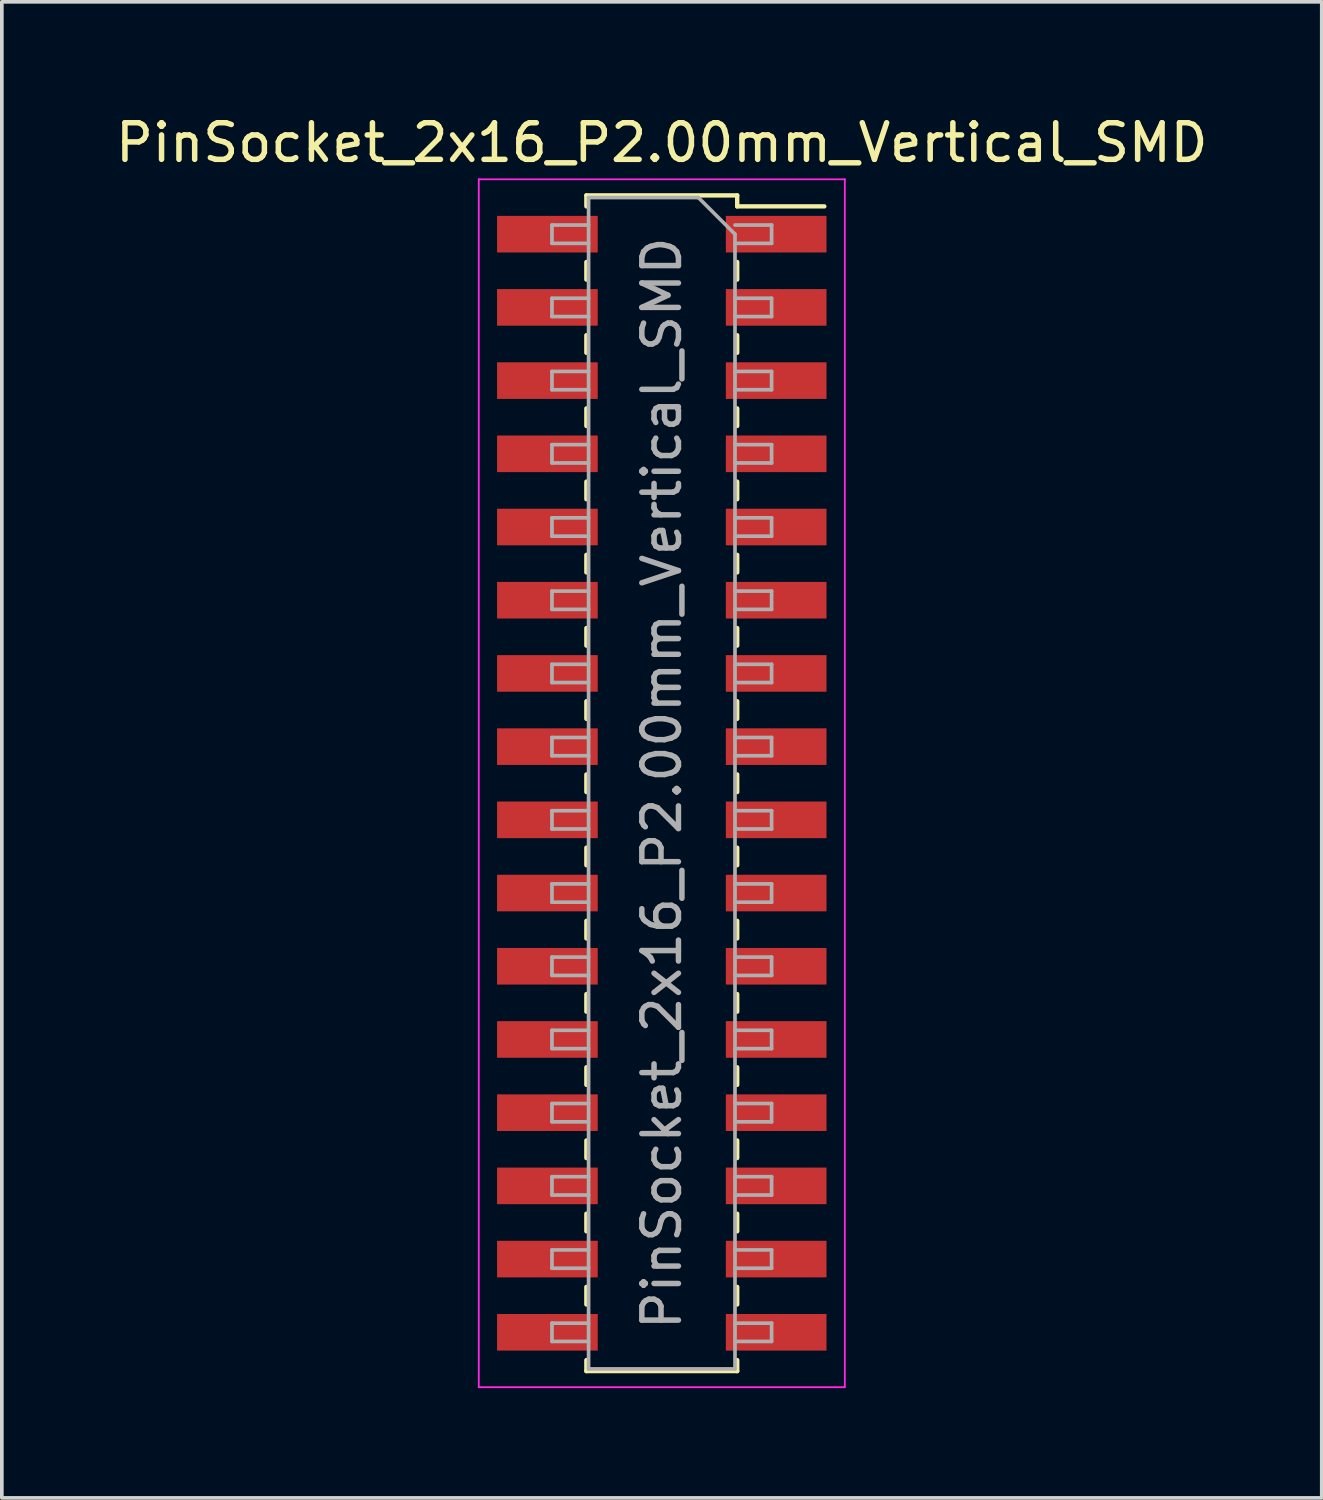
<source format=kicad_pcb>
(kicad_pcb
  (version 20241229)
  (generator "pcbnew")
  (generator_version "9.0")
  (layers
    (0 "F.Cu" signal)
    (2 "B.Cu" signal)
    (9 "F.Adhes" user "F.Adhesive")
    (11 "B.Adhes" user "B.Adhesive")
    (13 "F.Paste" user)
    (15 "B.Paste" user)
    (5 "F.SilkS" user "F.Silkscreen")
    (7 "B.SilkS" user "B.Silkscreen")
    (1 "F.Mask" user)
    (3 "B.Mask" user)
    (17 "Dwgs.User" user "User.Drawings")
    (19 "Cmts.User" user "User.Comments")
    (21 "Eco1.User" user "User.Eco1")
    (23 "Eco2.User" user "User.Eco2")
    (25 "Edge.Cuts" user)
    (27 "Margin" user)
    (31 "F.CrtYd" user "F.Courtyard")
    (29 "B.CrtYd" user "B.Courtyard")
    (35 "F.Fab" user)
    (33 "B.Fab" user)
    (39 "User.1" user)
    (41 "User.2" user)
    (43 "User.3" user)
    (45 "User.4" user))
  (footprint "PinSocket_2x16_P2.00mm_Vertical_SMD"
    (layer "F.Cu")
    (at 15.03 18.348)
    (property "Reference" "PinSocket_2x16_P2.00mm_Vertical_SMD" (at 0 -17.5 0) (layer "F.SilkS") (effects (font (size 1 1) (thickness 0.15))))
    (attr smd)
    (fp_line (start -2.06 -16.06) (end -2.06 -15.76) (stroke (width 0.12) (type solid)) (layer "F.SilkS"))
    (fp_line (start -2.06 -16.06) (end 2.06 -16.06) (stroke (width 0.12) (type solid)) (layer "F.SilkS"))
    (fp_line (start -2.06 -14.24) (end -2.06 -13.76) (stroke (width 0.12) (type solid)) (layer "F.SilkS"))
    (fp_line (start -2.06 -12.24) (end -2.06 -11.76) (stroke (width 0.12) (type solid)) (layer "F.SilkS"))
    (fp_line (start -2.06 -10.24) (end -2.06 -9.76) (stroke (width 0.12) (type solid)) (layer "F.SilkS"))
    (fp_line (start -2.06 -8.24) (end -2.06 -7.76) (stroke (width 0.12) (type solid)) (layer "F.SilkS"))
    (fp_line (start -2.06 -6.24) (end -2.06 -5.76) (stroke (width 0.12) (type solid)) (layer "F.SilkS"))
    (fp_line (start -2.06 -4.24) (end -2.06 -3.76) (stroke (width 0.12) (type solid)) (layer "F.SilkS"))
    (fp_line (start -2.06 -2.24) (end -2.06 -1.76) (stroke (width 0.12) (type solid)) (layer "F.SilkS"))
    (fp_line (start -2.06 -0.24) (end -2.06 0.24) (stroke (width 0.12) (type solid)) (layer "F.SilkS"))
    (fp_line (start -2.06 1.76) (end -2.06 2.24) (stroke (width 0.12) (type solid)) (layer "F.SilkS"))
    (fp_line (start -2.06 3.76) (end -2.06 4.24) (stroke (width 0.12) (type solid)) (layer "F.SilkS"))
    (fp_line (start -2.06 5.76) (end -2.06 6.24) (stroke (width 0.12) (type solid)) (layer "F.SilkS"))
    (fp_line (start -2.06 7.76) (end -2.06 8.24) (stroke (width 0.12) (type solid)) (layer "F.SilkS"))
    (fp_line (start -2.06 9.76) (end -2.06 10.24) (stroke (width 0.12) (type solid)) (layer "F.SilkS"))
    (fp_line (start -2.06 11.76) (end -2.06 12.24) (stroke (width 0.12) (type solid)) (layer "F.SilkS"))
    (fp_line (start -2.06 13.76) (end -2.06 14.24) (stroke (width 0.12) (type solid)) (layer "F.SilkS"))
    (fp_line (start -2.06 15.76) (end -2.06 16.06) (stroke (width 0.12) (type solid)) (layer "F.SilkS"))
    (fp_line (start -2.06 16.06) (end 2.06 16.06) (stroke (width 0.12) (type solid)) (layer "F.SilkS"))
    (fp_line (start 2.06 -16.06) (end 2.06 -15.76) (stroke (width 0.12) (type solid)) (layer "F.SilkS"))
    (fp_line (start 2.06 -15.76) (end 4.44 -15.76) (stroke (width 0.12) (type solid)) (layer "F.SilkS"))
    (fp_line (start 2.06 -14.24) (end 2.06 -13.76) (stroke (width 0.12) (type solid)) (layer "F.SilkS"))
    (fp_line (start 2.06 -12.24) (end 2.06 -11.76) (stroke (width 0.12) (type solid)) (layer "F.SilkS"))
    (fp_line (start 2.06 -10.24) (end 2.06 -9.76) (stroke (width 0.12) (type solid)) (layer "F.SilkS"))
    (fp_line (start 2.06 -8.24) (end 2.06 -7.76) (stroke (width 0.12) (type solid)) (layer "F.SilkS"))
    (fp_line (start 2.06 -6.24) (end 2.06 -5.76) (stroke (width 0.12) (type solid)) (layer "F.SilkS"))
    (fp_line (start 2.06 -4.24) (end 2.06 -3.76) (stroke (width 0.12) (type solid)) (layer "F.SilkS"))
    (fp_line (start 2.06 -2.24) (end 2.06 -1.76) (stroke (width 0.12) (type solid)) (layer "F.SilkS"))
    (fp_line (start 2.06 -0.24) (end 2.06 0.24) (stroke (width 0.12) (type solid)) (layer "F.SilkS"))
    (fp_line (start 2.06 1.76) (end 2.06 2.24) (stroke (width 0.12) (type solid)) (layer "F.SilkS"))
    (fp_line (start 2.06 3.76) (end 2.06 4.24) (stroke (width 0.12) (type solid)) (layer "F.SilkS"))
    (fp_line (start 2.06 5.76) (end 2.06 6.24) (stroke (width 0.12) (type solid)) (layer "F.SilkS"))
    (fp_line (start 2.06 7.76) (end 2.06 8.24) (stroke (width 0.12) (type solid)) (layer "F.SilkS"))
    (fp_line (start 2.06 9.76) (end 2.06 10.24) (stroke (width 0.12) (type solid)) (layer "F.SilkS"))
    (fp_line (start 2.06 11.76) (end 2.06 12.24) (stroke (width 0.12) (type solid)) (layer "F.SilkS"))
    (fp_line (start 2.06 13.76) (end 2.06 14.24) (stroke (width 0.12) (type solid)) (layer "F.SilkS"))
    (fp_line (start 2.06 15.76) (end 2.06 16.06) (stroke (width 0.12) (type solid)) (layer "F.SilkS"))
    (fp_line (start -5 -16.5) (end 5 -16.5) (stroke (width 0.05) (type solid)) (layer "F.CrtYd"))
    (fp_line (start -5 16.5) (end -5 -16.5) (stroke (width 0.05) (type solid)) (layer "F.CrtYd"))
    (fp_line (start 5 -16.5) (end 5 16.5) (stroke (width 0.05) (type solid)) (layer "F.CrtYd"))
    (fp_line (start 5 16.5) (end -5 16.5) (stroke (width 0.05) (type solid)) (layer "F.CrtYd"))
    (fp_line (start -3 -15.25) (end -2 -15.25) (stroke (width 0.1) (type solid)) (layer "F.Fab"))
    (fp_line (start -3 -14.75) (end -3 -15.25) (stroke (width 0.1) (type solid)) (layer "F.Fab"))
    (fp_line (start -3 -13.25) (end -2 -13.25) (stroke (width 0.1) (type solid)) (layer "F.Fab"))
    (fp_line (start -3 -12.75) (end -3 -13.25) (stroke (width 0.1) (type solid)) (layer "F.Fab"))
    (fp_line (start -3 -11.25) (end -2 -11.25) (stroke (width 0.1) (type solid)) (layer "F.Fab"))
    (fp_line (start -3 -10.75) (end -3 -11.25) (stroke (width 0.1) (type solid)) (layer "F.Fab"))
    (fp_line (start -3 -9.25) (end -2 -9.25) (stroke (width 0.1) (type solid)) (layer "F.Fab"))
    (fp_line (start -3 -8.75) (end -3 -9.25) (stroke (width 0.1) (type solid)) (layer "F.Fab"))
    (fp_line (start -3 -7.25) (end -2 -7.25) (stroke (width 0.1) (type solid)) (layer "F.Fab"))
    (fp_line (start -3 -6.75) (end -3 -7.25) (stroke (width 0.1) (type solid)) (layer "F.Fab"))
    (fp_line (start -3 -5.25) (end -2 -5.25) (stroke (width 0.1) (type solid)) (layer "F.Fab"))
    (fp_line (start -3 -4.75) (end -3 -5.25) (stroke (width 0.1) (type solid)) (layer "F.Fab"))
    (fp_line (start -3 -3.25) (end -2 -3.25) (stroke (width 0.1) (type solid)) (layer "F.Fab"))
    (fp_line (start -3 -2.75) (end -3 -3.25) (stroke (width 0.1) (type solid)) (layer "F.Fab"))
    (fp_line (start -3 -1.25) (end -2 -1.25) (stroke (width 0.1) (type solid)) (layer "F.Fab"))
    (fp_line (start -3 -0.75) (end -3 -1.25) (stroke (width 0.1) (type solid)) (layer "F.Fab"))
    (fp_line (start -3 0.75) (end -2 0.75) (stroke (width 0.1) (type solid)) (layer "F.Fab"))
    (fp_line (start -3 1.25) (end -3 0.75) (stroke (width 0.1) (type solid)) (layer "F.Fab"))
    (fp_line (start -3 2.75) (end -2 2.75) (stroke (width 0.1) (type solid)) (layer "F.Fab"))
    (fp_line (start -3 3.25) (end -3 2.75) (stroke (width 0.1) (type solid)) (layer "F.Fab"))
    (fp_line (start -3 4.75) (end -2 4.75) (stroke (width 0.1) (type solid)) (layer "F.Fab"))
    (fp_line (start -3 5.25) (end -3 4.75) (stroke (width 0.1) (type solid)) (layer "F.Fab"))
    (fp_line (start -3 6.75) (end -2 6.75) (stroke (width 0.1) (type solid)) (layer "F.Fab"))
    (fp_line (start -3 7.25) (end -3 6.75) (stroke (width 0.1) (type solid)) (layer "F.Fab"))
    (fp_line (start -3 8.75) (end -2 8.75) (stroke (width 0.1) (type solid)) (layer "F.Fab"))
    (fp_line (start -3 9.25) (end -3 8.75) (stroke (width 0.1) (type solid)) (layer "F.Fab"))
    (fp_line (start -3 10.75) (end -2 10.75) (stroke (width 0.1) (type solid)) (layer "F.Fab"))
    (fp_line (start -3 11.25) (end -3 10.75) (stroke (width 0.1) (type solid)) (layer "F.Fab"))
    (fp_line (start -3 12.75) (end -2 12.75) (stroke (width 0.1) (type solid)) (layer "F.Fab"))
    (fp_line (start -3 13.25) (end -3 12.75) (stroke (width 0.1) (type solid)) (layer "F.Fab"))
    (fp_line (start -3 14.75) (end -2 14.75) (stroke (width 0.1) (type solid)) (layer "F.Fab"))
    (fp_line (start -3 15.25) (end -3 14.75) (stroke (width 0.1) (type solid)) (layer "F.Fab"))
    (fp_line (start -2 -16) (end 1 -16) (stroke (width 0.1) (type solid)) (layer "F.Fab"))
    (fp_line (start -2 -14.75) (end -3 -14.75) (stroke (width 0.1) (type solid)) (layer "F.Fab"))
    (fp_line (start -2 -12.75) (end -3 -12.75) (stroke (width 0.1) (type solid)) (layer "F.Fab"))
    (fp_line (start -2 -10.75) (end -3 -10.75) (stroke (width 0.1) (type solid)) (layer "F.Fab"))
    (fp_line (start -2 -8.75) (end -3 -8.75) (stroke (width 0.1) (type solid)) (layer "F.Fab"))
    (fp_line (start -2 -6.75) (end -3 -6.75) (stroke (width 0.1) (type solid)) (layer "F.Fab"))
    (fp_line (start -2 -4.75) (end -3 -4.75) (stroke (width 0.1) (type solid)) (layer "F.Fab"))
    (fp_line (start -2 -2.75) (end -3 -2.75) (stroke (width 0.1) (type solid)) (layer "F.Fab"))
    (fp_line (start -2 -0.75) (end -3 -0.75) (stroke (width 0.1) (type solid)) (layer "F.Fab"))
    (fp_line (start -2 1.25) (end -3 1.25) (stroke (width 0.1) (type solid)) (layer "F.Fab"))
    (fp_line (start -2 3.25) (end -3 3.25) (stroke (width 0.1) (type solid)) (layer "F.Fab"))
    (fp_line (start -2 5.25) (end -3 5.25) (stroke (width 0.1) (type solid)) (layer "F.Fab"))
    (fp_line (start -2 7.25) (end -3 7.25) (stroke (width 0.1) (type solid)) (layer "F.Fab"))
    (fp_line (start -2 9.25) (end -3 9.25) (stroke (width 0.1) (type solid)) (layer "F.Fab"))
    (fp_line (start -2 11.25) (end -3 11.25) (stroke (width 0.1) (type solid)) (layer "F.Fab"))
    (fp_line (start -2 13.25) (end -3 13.25) (stroke (width 0.1) (type solid)) (layer "F.Fab"))
    (fp_line (start -2 15.25) (end -3 15.25) (stroke (width 0.1) (type solid)) (layer "F.Fab"))
    (fp_line (start -2 16) (end -2 -16) (stroke (width 0.1) (type solid)) (layer "F.Fab"))
    (fp_line (start 1 -16) (end 2 -15) (stroke (width 0.1) (type solid)) (layer "F.Fab"))
    (fp_line (start 2 -15.25) (end 3 -15.25) (stroke (width 0.1) (type solid)) (layer "F.Fab"))
    (fp_line (start 2 -15) (end 2 16) (stroke (width 0.1) (type solid)) (layer "F.Fab"))
    (fp_line (start 2 -13.25) (end 3 -13.25) (stroke (width 0.1) (type solid)) (layer "F.Fab"))
    (fp_line (start 2 -11.25) (end 3 -11.25) (stroke (width 0.1) (type solid)) (layer "F.Fab"))
    (fp_line (start 2 -9.25) (end 3 -9.25) (stroke (width 0.1) (type solid)) (layer "F.Fab"))
    (fp_line (start 2 -7.25) (end 3 -7.25) (stroke (width 0.1) (type solid)) (layer "F.Fab"))
    (fp_line (start 2 -5.25) (end 3 -5.25) (stroke (width 0.1) (type solid)) (layer "F.Fab"))
    (fp_line (start 2 -3.25) (end 3 -3.25) (stroke (width 0.1) (type solid)) (layer "F.Fab"))
    (fp_line (start 2 -1.25) (end 3 -1.25) (stroke (width 0.1) (type solid)) (layer "F.Fab"))
    (fp_line (start 2 0.75) (end 3 0.75) (stroke (width 0.1) (type solid)) (layer "F.Fab"))
    (fp_line (start 2 2.75) (end 3 2.75) (stroke (width 0.1) (type solid)) (layer "F.Fab"))
    (fp_line (start 2 4.75) (end 3 4.75) (stroke (width 0.1) (type solid)) (layer "F.Fab"))
    (fp_line (start 2 6.75) (end 3 6.75) (stroke (width 0.1) (type solid)) (layer "F.Fab"))
    (fp_line (start 2 8.75) (end 3 8.75) (stroke (width 0.1) (type solid)) (layer "F.Fab"))
    (fp_line (start 2 10.75) (end 3 10.75) (stroke (width 0.1) (type solid)) (layer "F.Fab"))
    (fp_line (start 2 12.75) (end 3 12.75) (stroke (width 0.1) (type solid)) (layer "F.Fab"))
    (fp_line (start 2 14.75) (end 3 14.75) (stroke (width 0.1) (type solid)) (layer "F.Fab"))
    (fp_line (start 2 16) (end -2 16) (stroke (width 0.1) (type solid)) (layer "F.Fab"))
    (fp_line (start 3 -15.25) (end 3 -14.75) (stroke (width 0.1) (type solid)) (layer "F.Fab"))
    (fp_line (start 3 -14.75) (end 2 -14.75) (stroke (width 0.1) (type solid)) (layer "F.Fab"))
    (fp_line (start 3 -13.25) (end 3 -12.75) (stroke (width 0.1) (type solid)) (layer "F.Fab"))
    (fp_line (start 3 -12.75) (end 2 -12.75) (stroke (width 0.1) (type solid)) (layer "F.Fab"))
    (fp_line (start 3 -11.25) (end 3 -10.75) (stroke (width 0.1) (type solid)) (layer "F.Fab"))
    (fp_line (start 3 -10.75) (end 2 -10.75) (stroke (width 0.1) (type solid)) (layer "F.Fab"))
    (fp_line (start 3 -9.25) (end 3 -8.75) (stroke (width 0.1) (type solid)) (layer "F.Fab"))
    (fp_line (start 3 -8.75) (end 2 -8.75) (stroke (width 0.1) (type solid)) (layer "F.Fab"))
    (fp_line (start 3 -7.25) (end 3 -6.75) (stroke (width 0.1) (type solid)) (layer "F.Fab"))
    (fp_line (start 3 -6.75) (end 2 -6.75) (stroke (width 0.1) (type solid)) (layer "F.Fab"))
    (fp_line (start 3 -5.25) (end 3 -4.75) (stroke (width 0.1) (type solid)) (layer "F.Fab"))
    (fp_line (start 3 -4.75) (end 2 -4.75) (stroke (width 0.1) (type solid)) (layer "F.Fab"))
    (fp_line (start 3 -3.25) (end 3 -2.75) (stroke (width 0.1) (type solid)) (layer "F.Fab"))
    (fp_line (start 3 -2.75) (end 2 -2.75) (stroke (width 0.1) (type solid)) (layer "F.Fab"))
    (fp_line (start 3 -1.25) (end 3 -0.75) (stroke (width 0.1) (type solid)) (layer "F.Fab"))
    (fp_line (start 3 -0.75) (end 2 -0.75) (stroke (width 0.1) (type solid)) (layer "F.Fab"))
    (fp_line (start 3 0.75) (end 3 1.25) (stroke (width 0.1) (type solid)) (layer "F.Fab"))
    (fp_line (start 3 1.25) (end 2 1.25) (stroke (width 0.1) (type solid)) (layer "F.Fab"))
    (fp_line (start 3 2.75) (end 3 3.25) (stroke (width 0.1) (type solid)) (layer "F.Fab"))
    (fp_line (start 3 3.25) (end 2 3.25) (stroke (width 0.1) (type solid)) (layer "F.Fab"))
    (fp_line (start 3 4.75) (end 3 5.25) (stroke (width 0.1) (type solid)) (layer "F.Fab"))
    (fp_line (start 3 5.25) (end 2 5.25) (stroke (width 0.1) (type solid)) (layer "F.Fab"))
    (fp_line (start 3 6.75) (end 3 7.25) (stroke (width 0.1) (type solid)) (layer "F.Fab"))
    (fp_line (start 3 7.25) (end 2 7.25) (stroke (width 0.1) (type solid)) (layer "F.Fab"))
    (fp_line (start 3 8.75) (end 3 9.25) (stroke (width 0.1) (type solid)) (layer "F.Fab"))
    (fp_line (start 3 9.25) (end 2 9.25) (stroke (width 0.1) (type solid)) (layer "F.Fab"))
    (fp_line (start 3 10.75) (end 3 11.25) (stroke (width 0.1) (type solid)) (layer "F.Fab"))
    (fp_line (start 3 11.25) (end 2 11.25) (stroke (width 0.1) (type solid)) (layer "F.Fab"))
    (fp_line (start 3 12.75) (end 3 13.25) (stroke (width 0.1) (type solid)) (layer "F.Fab"))
    (fp_line (start 3 13.25) (end 2 13.25) (stroke (width 0.1) (type solid)) (layer "F.Fab"))
    (fp_line (start 3 14.75) (end 3 15.25) (stroke (width 0.1) (type solid)) (layer "F.Fab"))
    (fp_line (start 3 15.25) (end 2 15.25) (stroke (width 0.1) (type solid)) (layer "F.Fab"))
    (fp_text user "${REFERENCE}" (at 0 0 90) (layer "F.Fab") (effects (font (size 1 1) (thickness 0.15))))
    (pad "1" smd rect (at 3.125 -15) (size 2.75 1) (layers "F.Cu" "F.Mask" "F.Paste"))
    (pad "2" smd rect (at -3.125 -15) (size 2.75 1) (layers "F.Cu" "F.Mask" "F.Paste"))
    (pad "3" smd rect (at 3.125 -13) (size 2.75 1) (layers "F.Cu" "F.Mask" "F.Paste"))
    (pad "4" smd rect (at -3.125 -13) (size 2.75 1) (layers "F.Cu" "F.Mask" "F.Paste"))
    (pad "5" smd rect (at 3.125 -11) (size 2.75 1) (layers "F.Cu" "F.Mask" "F.Paste"))
    (pad "6" smd rect (at -3.125 -11) (size 2.75 1) (layers "F.Cu" "F.Mask" "F.Paste"))
    (pad "7" smd rect (at 3.125 -9) (size 2.75 1) (layers "F.Cu" "F.Mask" "F.Paste"))
    (pad "8" smd rect (at -3.125 -9) (size 2.75 1) (layers "F.Cu" "F.Mask" "F.Paste"))
    (pad "9" smd rect (at 3.125 -7) (size 2.75 1) (layers "F.Cu" "F.Mask" "F.Paste"))
    (pad "10" smd rect (at -3.125 -7) (size 2.75 1) (layers "F.Cu" "F.Mask" "F.Paste"))
    (pad "11" smd rect (at 3.125 -5) (size 2.75 1) (layers "F.Cu" "F.Mask" "F.Paste"))
    (pad "12" smd rect (at -3.125 -5) (size 2.75 1) (layers "F.Cu" "F.Mask" "F.Paste"))
    (pad "13" smd rect (at 3.125 -3) (size 2.75 1) (layers "F.Cu" "F.Mask" "F.Paste"))
    (pad "14" smd rect (at -3.125 -3) (size 2.75 1) (layers "F.Cu" "F.Mask" "F.Paste"))
    (pad "15" smd rect (at 3.125 -1) (size 2.75 1) (layers "F.Cu" "F.Mask" "F.Paste"))
    (pad "16" smd rect (at -3.125 -1) (size 2.75 1) (layers "F.Cu" "F.Mask" "F.Paste"))
    (pad "17" smd rect (at 3.125 1) (size 2.75 1) (layers "F.Cu" "F.Mask" "F.Paste"))
    (pad "18" smd rect (at -3.125 1) (size 2.75 1) (layers "F.Cu" "F.Mask" "F.Paste"))
    (pad "19" smd rect (at 3.125 3) (size 2.75 1) (layers "F.Cu" "F.Mask" "F.Paste"))
    (pad "20" smd rect (at -3.125 3) (size 2.75 1) (layers "F.Cu" "F.Mask" "F.Paste"))
    (pad "21" smd rect (at 3.125 5) (size 2.75 1) (layers "F.Cu" "F.Mask" "F.Paste"))
    (pad "22" smd rect (at -3.125 5) (size 2.75 1) (layers "F.Cu" "F.Mask" "F.Paste"))
    (pad "23" smd rect (at 3.125 7) (size 2.75 1) (layers "F.Cu" "F.Mask" "F.Paste"))
    (pad "24" smd rect (at -3.125 7) (size 2.75 1) (layers "F.Cu" "F.Mask" "F.Paste"))
    (pad "25" smd rect (at 3.125 9) (size 2.75 1) (layers "F.Cu" "F.Mask" "F.Paste"))
    (pad "26" smd rect (at -3.125 9) (size 2.75 1) (layers "F.Cu" "F.Mask" "F.Paste"))
    (pad "27" smd rect (at 3.125 11) (size 2.75 1) (layers "F.Cu" "F.Mask" "F.Paste"))
    (pad "28" smd rect (at -3.125 11) (size 2.75 1) (layers "F.Cu" "F.Mask" "F.Paste"))
    (pad "29" smd rect (at 3.125 13) (size 2.75 1) (layers "F.Cu" "F.Mask" "F.Paste"))
    (pad "30" smd rect (at -3.125 13) (size 2.75 1) (layers "F.Cu" "F.Mask" "F.Paste"))
    (pad "31" smd rect (at 3.125 15) (size 2.75 1) (layers "F.Cu" "F.Mask" "F.Paste"))
    (pad "32" smd rect (at -3.125 15) (size 2.75 1) (layers "F.Cu" "F.Mask" "F.Paste")))
  (gr_rect
    (start -3 -3)
    (end 33.06 37.873)
    (stroke (width 0.1) (type default))
    (fill no)
    (layer "Edge.Cuts")))
</source>
